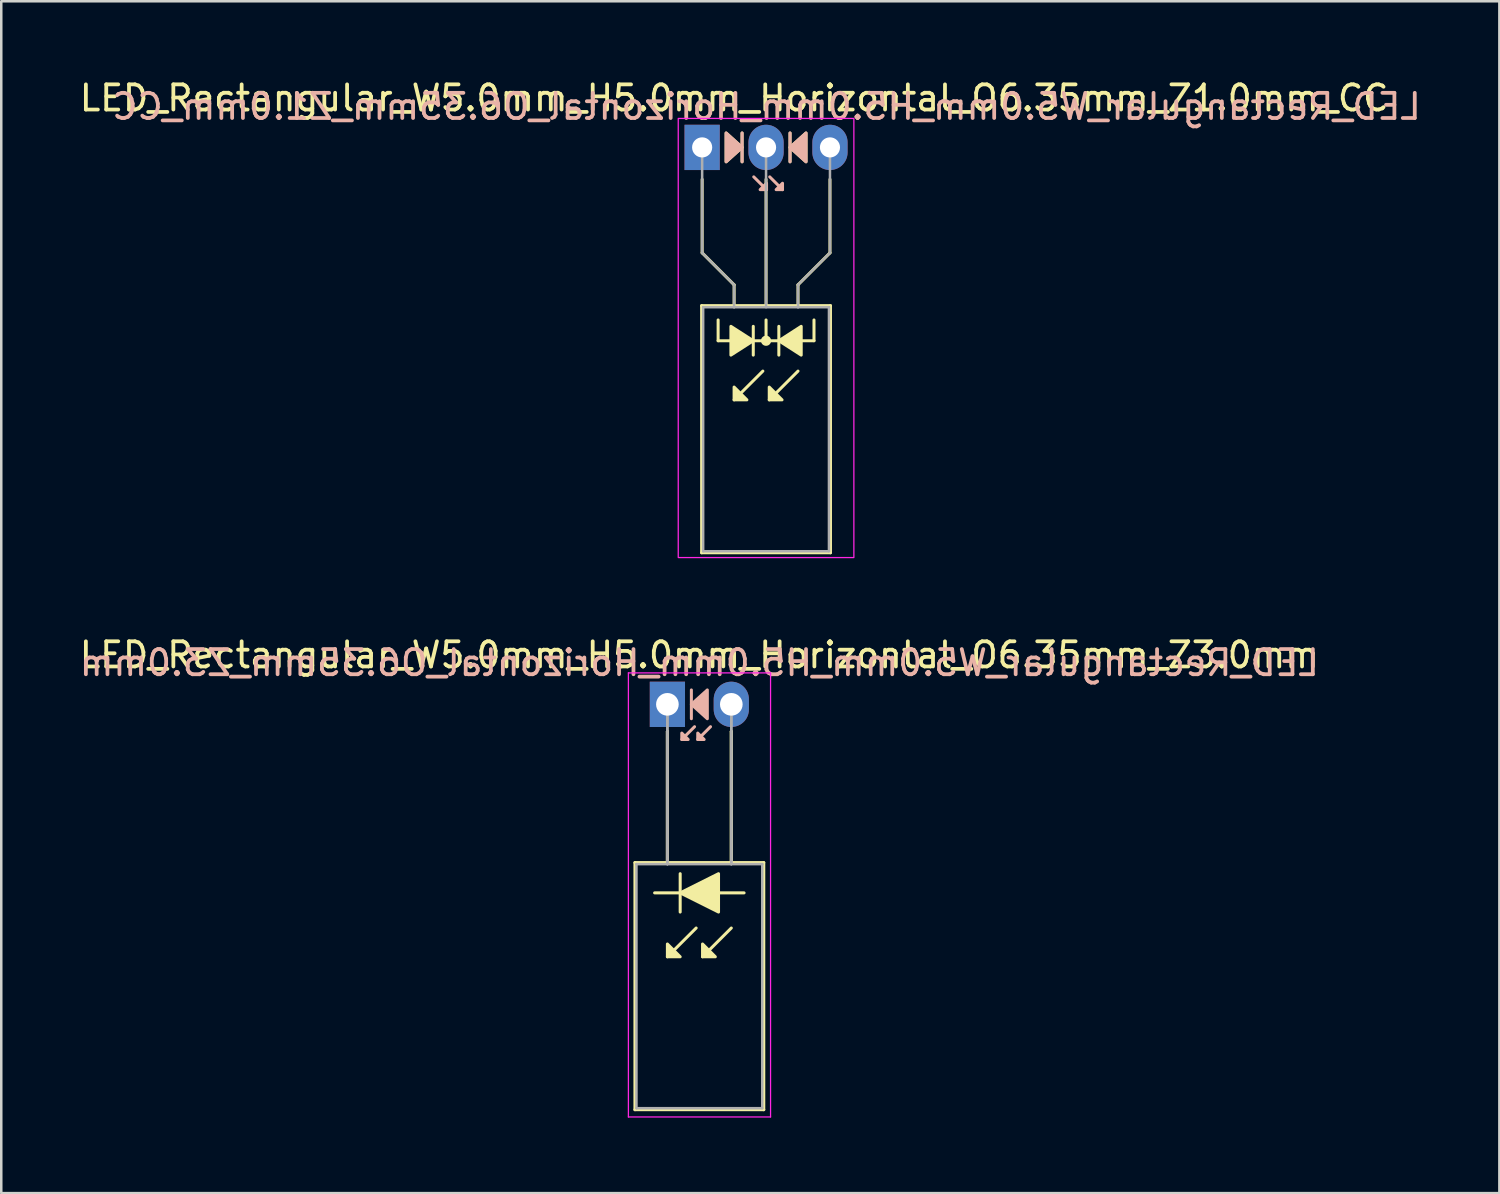
<source format=kicad_pcb>
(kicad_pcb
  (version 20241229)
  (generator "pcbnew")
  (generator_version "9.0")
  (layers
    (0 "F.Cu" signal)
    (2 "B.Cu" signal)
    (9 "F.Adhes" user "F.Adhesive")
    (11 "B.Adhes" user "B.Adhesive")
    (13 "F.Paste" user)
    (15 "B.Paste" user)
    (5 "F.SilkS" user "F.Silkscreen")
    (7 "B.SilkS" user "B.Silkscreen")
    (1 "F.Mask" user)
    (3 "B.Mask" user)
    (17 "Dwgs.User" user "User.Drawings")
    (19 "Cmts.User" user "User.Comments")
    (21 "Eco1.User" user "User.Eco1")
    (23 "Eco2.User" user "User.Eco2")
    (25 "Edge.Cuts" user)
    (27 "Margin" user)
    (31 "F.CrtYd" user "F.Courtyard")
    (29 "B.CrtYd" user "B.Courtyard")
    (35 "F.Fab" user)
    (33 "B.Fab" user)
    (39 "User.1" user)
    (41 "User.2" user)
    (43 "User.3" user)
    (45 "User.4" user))
  (footprint "LED_Rectangular_W5.0mm_H5.0mm_Horizontal_O6.35mm_Z3.0mm"
    (layer "F.Cu")
    (at 23.474 24.942)
    (property "Reference" "LED_Rectangular_W5.0mm_H5.0mm_Horizontal_O6.35mm_Z3.0mm" (at 1.27 -1.96 0) (layer "F.SilkS") (effects (font (size 1 1) (thickness 0.15))))
    (fp_line (start -1.29 6.29) (end -1.29 16.11) (stroke (width 0.12) (type solid)) (layer "F.SilkS"))
    (fp_line (start -1.29 16.11) (end 3.83 16.11) (stroke (width 0.12) (type solid)) (layer "F.SilkS"))
    (fp_line (start 0 1.08) (end 0 1.08) (stroke (width 0.12) (type solid)) (layer "F.SilkS"))
    (fp_line (start 0 1.08) (end 0 6.29) (stroke (width 0.12) (type solid)) (layer "F.SilkS"))
    (fp_line (start 0 6.29) (end 0 1.08) (stroke (width 0.12) (type solid)) (layer "F.SilkS"))
    (fp_line (start 0 6.29) (end 0 6.29) (stroke (width 0.12) (type solid)) (layer "F.SilkS"))
    (fp_line (start 0.508 6.731) (end 0.508 8.255) (stroke (width 0.12) (type solid)) (layer "F.SilkS"))
    (fp_line (start 0.508 7.493) (end -0.508 7.493) (stroke (width 0.12) (type solid)) (layer "F.SilkS"))
    (fp_line (start 1.143 8.89) (end 0 10.033) (stroke (width 0.12) (type solid)) (layer "F.SilkS"))
    (fp_line (start 2.54 1.08) (end 2.54 1.08) (stroke (width 0.12) (type solid)) (layer "F.SilkS"))
    (fp_line (start 2.54 1.08) (end 2.54 6.29) (stroke (width 0.12) (type solid)) (layer "F.SilkS"))
    (fp_line (start 2.54 6.29) (end 2.54 1.08) (stroke (width 0.12) (type solid)) (layer "F.SilkS"))
    (fp_line (start 2.54 6.29) (end 2.54 6.29) (stroke (width 0.12) (type solid)) (layer "F.SilkS"))
    (fp_line (start 2.54 8.89) (end 1.397 10.033) (stroke (width 0.12) (type solid)) (layer "F.SilkS"))
    (fp_line (start 3.048 7.493) (end 2.032 7.493) (stroke (width 0.12) (type solid)) (layer "F.SilkS"))
    (fp_line (start 3.83 6.29) (end -1.29 6.29) (stroke (width 0.12) (type solid)) (layer "F.SilkS"))
    (fp_line (start 3.83 16.11) (end 3.83 6.29) (stroke (width 0.12) (type solid)) (layer "F.SilkS"))
    (fp_poly (pts (xy 0 9.525) (xy 0.508 10.033) (xy 0 10.033)) (stroke (width 0.12) (type solid)) (fill yes) (layer "F.SilkS"))
    (fp_poly (pts (xy 1.397 9.525) (xy 1.905 10.033) (xy 1.397 10.033)) (stroke (width 0.12) (type solid)) (fill yes) (layer "F.SilkS"))
    (fp_poly (pts (xy 2.032 8.255) (xy 0.508 7.493) (xy 2.032 6.731)) (stroke (width 0.12) (type solid)) (fill yes) (layer "F.SilkS"))
    (fp_line (start 0.953 -0.572) (end 0.953 0.572) (stroke (width 0.12) (type solid)) (layer "B.SilkS"))
    (fp_line (start 1.079 0.889) (end 0.572 1.397) (stroke (width 0.12) (type solid)) (layer "B.SilkS"))
    (fp_line (start 1.714 0.889) (end 1.206 1.397) (stroke (width 0.12) (type solid)) (layer "B.SilkS"))
    (fp_poly (pts (xy 0.572 1.143) (xy 0.826 1.397) (xy 0.572 1.397)) (stroke (width 0.12) (type solid)) (fill yes) (layer "B.SilkS"))
    (fp_poly (pts (xy 1.206 1.143) (xy 1.46 1.397) (xy 1.206 1.397)) (stroke (width 0.12) (type solid)) (fill yes) (layer "B.SilkS"))
    (fp_poly (pts (xy 1.587 0.572) (xy 0.953 0) (xy 1.587 -0.572)) (stroke (width 0.12) (type solid)) (fill yes) (layer "B.SilkS"))
    (fp_line (start -1.55 -1.25) (end -1.55 16.4) (stroke (width 0.05) (type solid)) (layer "F.CrtYd"))
    (fp_line (start -1.55 16.4) (end 4.1 16.4) (stroke (width 0.05) (type solid)) (layer "F.CrtYd"))
    (fp_line (start 4.1 -1.25) (end -1.55 -1.25) (stroke (width 0.05) (type solid)) (layer "F.CrtYd"))
    (fp_line (start 4.1 16.4) (end 4.1 -1.25) (stroke (width 0.05) (type solid)) (layer "F.CrtYd"))
    (fp_line (start -1.23 6.35) (end -1.23 16.05) (stroke (width 0.1) (type solid)) (layer "F.Fab"))
    (fp_line (start -1.23 16.05) (end 3.77 16.05) (stroke (width 0.1) (type solid)) (layer "F.Fab"))
    (fp_line (start 0 0) (end 0 0) (stroke (width 0.1) (type solid)) (layer "F.Fab"))
    (fp_line (start 0 0) (end 0 6.35) (stroke (width 0.1) (type solid)) (layer "F.Fab"))
    (fp_line (start 0 6.35) (end 0 0) (stroke (width 0.1) (type solid)) (layer "F.Fab"))
    (fp_line (start 0 6.35) (end 0 6.35) (stroke (width 0.1) (type solid)) (layer "F.Fab"))
    (fp_line (start 2.54 0) (end 2.54 0) (stroke (width 0.1) (type solid)) (layer "F.Fab"))
    (fp_line (start 2.54 0) (end 2.54 6.35) (stroke (width 0.1) (type solid)) (layer "F.Fab"))
    (fp_line (start 2.54 6.35) (end 2.54 0) (stroke (width 0.1) (type solid)) (layer "F.Fab"))
    (fp_line (start 2.54 6.35) (end 2.54 6.35) (stroke (width 0.1) (type solid)) (layer "F.Fab"))
    (fp_line (start 3.77 6.35) (end -1.23 6.35) (stroke (width 0.1) (type solid)) (layer "F.Fab"))
    (fp_line (start 3.77 16.05) (end 3.77 6.35) (stroke (width 0.1) (type solid)) (layer "F.Fab"))
    (fp_text user "${REFERENCE}" (at 1.27 -1.651 0) (layer "B.SilkS") (effects (font (size 1 1) (thickness 0.15)) (justify mirror)))
    (pad "1" thru_hole rect (at 0 0) (size 1.4 1.8) (drill 0.9) (layers "*.Cu" "*.Mask"))
    (pad "2" thru_hole oval (at 2.54 0) (size 1.4 1.8) (drill 0.9) (layers "*.Cu" "*.Mask")))
  (footprint "LED_Rectangular_W5.0mm_H5.0mm_Horizontal_O6.35mm_Z1.0mm_CC"
    (layer "F.Cu")
    (at 24.855 2.808)
    (property "Reference" "LED_Rectangular_W5.0mm_H5.0mm_Horizontal_O6.35mm_Z1.0mm_CC" (at 1.27 -1.96 0) (layer "F.SilkS") (effects (font (size 1 1) (thickness 0.15))))
    (fp_line (start -0.02 6.29) (end -0.02 16.11) (stroke (width 0.12) (type solid)) (layer "F.SilkS"))
    (fp_line (start -0.02 16.11) (end 5.1 16.11) (stroke (width 0.12) (type solid)) (layer "F.SilkS"))
    (fp_line (start 0 1.27) (end 0 4.191) (stroke (width 0.12) (type default)) (layer "F.SilkS"))
    (fp_line (start 0 4.191) (end 1.27 5.461) (stroke (width 0.12) (type default)) (layer "F.SilkS"))
    (fp_line (start 0.635 7.684) (end 0.635 6.858) (stroke (width 0.12) (type default)) (layer "F.SilkS"))
    (fp_line (start 0.635 7.684) (end 4.445 7.684) (stroke (width 0.12) (type default)) (layer "F.SilkS"))
    (fp_line (start 1.27 5.461) (end 1.27 6.29) (stroke (width 0.12) (type default)) (layer "F.SilkS"))
    (fp_line (start 1.27 6.29) (end 1.27 6.29) (stroke (width 0.12) (type solid)) (layer "F.SilkS"))
    (fp_line (start 1.587 0.572) (end 1.587 -0.572) (stroke (width 0.12) (type solid)) (layer "F.SilkS"))
    (fp_line (start 2.032 8.255) (end 2.032 7.112) (stroke (width 0.12) (type solid)) (layer "F.SilkS"))
    (fp_line (start 2.413 8.89) (end 1.27 10.033) (stroke (width 0.12) (type solid)) (layer "F.SilkS"))
    (fp_line (start 2.54 6.29) (end 2.54 1.27) (stroke (width 0.12) (type default)) (layer "F.SilkS"))
    (fp_line (start 2.54 7.684) (end 2.54 6.858) (stroke (width 0.12) (type default)) (layer "F.SilkS"))
    (fp_line (start 3.048 7.112) (end 3.048 8.255) (stroke (width 0.12) (type solid)) (layer "F.SilkS"))
    (fp_line (start 3.493 -0.572) (end 3.493 0.572) (stroke (width 0.12) (type solid)) (layer "F.SilkS"))
    (fp_line (start 3.81 5.461) (end 3.81 6.29) (stroke (width 0.12) (type default)) (layer "F.SilkS"))
    (fp_line (start 3.81 6.29) (end 3.81 6.29) (stroke (width 0.12) (type solid)) (layer "F.SilkS"))
    (fp_line (start 3.81 8.89) (end 2.667 10.033) (stroke (width 0.12) (type solid)) (layer "F.SilkS"))
    (fp_line (start 4.445 7.684) (end 4.445 6.858) (stroke (width 0.12) (type default)) (layer "F.SilkS"))
    (fp_line (start 5.08 1.27) (end 5.08 4.191) (stroke (width 0.12) (type default)) (layer "F.SilkS"))
    (fp_line (start 5.08 4.191) (end 3.81 5.461) (stroke (width 0.12) (type default)) (layer "F.SilkS"))
    (fp_line (start 5.1 6.29) (end -0.02 6.29) (stroke (width 0.12) (type solid)) (layer "F.SilkS"))
    (fp_line (start 5.1 16.11) (end 5.1 6.29) (stroke (width 0.12) (type solid)) (layer "F.SilkS"))
    (fp_circle (center 2.54 7.684) (end 2.682 7.684) (stroke (width 0.12) (type solid)) (fill yes) (layer "F.SilkS"))
    (fp_poly (pts (xy 0.953 -0.572) (xy 1.587 0) (xy 0.953 0.572)) (stroke (width 0.12) (type solid)) (fill yes) (layer "F.SilkS"))
    (fp_poly (pts (xy 1.143 7.112) (xy 2.032 7.684) (xy 1.143 8.255)) (stroke (width 0.12) (type solid)) (fill yes) (layer "F.SilkS"))
    (fp_poly (pts (xy 1.27 9.525) (xy 1.778 10.033) (xy 1.27 10.033)) (stroke (width 0.12) (type solid)) (fill yes) (layer "F.SilkS"))
    (fp_poly (pts (xy 2.667 9.525) (xy 3.175 10.033) (xy 2.667 10.033)) (stroke (width 0.12) (type solid)) (fill yes) (layer "F.SilkS"))
    (fp_poly (pts (xy 3.937 8.255) (xy 3.048 7.684) (xy 3.937 7.112)) (stroke (width 0.12) (type solid)) (fill yes) (layer "F.SilkS"))
    (fp_poly (pts (xy 4.128 0.572) (xy 3.493 0) (xy 4.128 -0.572)) (stroke (width 0.12) (type solid)) (fill yes) (layer "F.SilkS"))
    (fp_line (start 1.587 0.572) (end 1.587 -0.572) (stroke (width 0.12) (type solid)) (layer "B.SilkS"))
    (fp_line (start 2.559 1.679) (end 2.051 1.171) (stroke (width 0.12) (type solid)) (layer "B.SilkS"))
    (fp_line (start 3.194 1.679) (end 2.686 1.171) (stroke (width 0.12) (type solid)) (layer "B.SilkS"))
    (fp_line (start 3.493 -0.572) (end 3.493 0.572) (stroke (width 0.12) (type solid)) (layer "B.SilkS"))
    (fp_poly (pts (xy 0.953 0.572) (xy 1.587 0) (xy 0.953 -0.572)) (stroke (width 0.12) (type solid)) (fill yes) (layer "B.SilkS"))
    (fp_poly (pts (xy 2.559 1.425) (xy 2.305 1.679) (xy 2.559 1.679)) (stroke (width 0.12) (type solid)) (fill yes) (layer "B.SilkS"))
    (fp_poly (pts (xy 3.194 1.425) (xy 2.94 1.679) (xy 3.194 1.679)) (stroke (width 0.12) (type solid)) (fill yes) (layer "B.SilkS"))
    (fp_poly (pts (xy 4.128 0.572) (xy 3.493 0) (xy 4.128 -0.572)) (stroke (width 0.12) (type solid)) (fill yes) (layer "B.SilkS"))
    (fp_rect (start -0.95 -1.15) (end 6.03 16.3) (stroke (width 0.05) (type default)) (fill no) (layer "F.CrtYd"))
    (fp_line (start 0 0) (end 0 0) (stroke (width 0.1) (type solid)) (layer "F.Fab"))
    (fp_line (start 0 4.191) (end 0 0) (stroke (width 0.1) (type default)) (layer "F.Fab"))
    (fp_line (start 0.04 6.35) (end 0.04 16.05) (stroke (width 0.1) (type solid)) (layer "F.Fab"))
    (fp_line (start 0.04 16.05) (end 5.04 16.05) (stroke (width 0.1) (type solid)) (layer "F.Fab"))
    (fp_line (start 1.27 5.461) (end 0 4.191) (stroke (width 0.1) (type default)) (layer "F.Fab"))
    (fp_line (start 1.27 5.461) (end 1.27 6.35) (stroke (width 0.1) (type default)) (layer "F.Fab"))
    (fp_line (start 1.27 6.35) (end 1.27 6.35) (stroke (width 0.1) (type solid)) (layer "F.Fab"))
    (fp_line (start 2.54 0) (end 2.54 0) (stroke (width 0.1) (type solid)) (layer "F.Fab"))
    (fp_line (start 2.54 0) (end 2.54 6.35) (stroke (width 0.1) (type default)) (layer "F.Fab"))
    (fp_line (start 3.81 5.461) (end 3.81 6.35) (stroke (width 0.1) (type default)) (layer "F.Fab"))
    (fp_line (start 3.81 5.461) (end 5.08 4.191) (stroke (width 0.1) (type default)) (layer "F.Fab"))
    (fp_line (start 3.81 6.35) (end 3.81 6.35) (stroke (width 0.1) (type solid)) (layer "F.Fab"))
    (fp_line (start 5.04 6.35) (end 0.04 6.35) (stroke (width 0.1) (type solid)) (layer "F.Fab"))
    (fp_line (start 5.04 16.05) (end 5.04 6.35) (stroke (width 0.1) (type solid)) (layer "F.Fab"))
    (fp_line (start 5.08 4.191) (end 5.08 0) (stroke (width 0.1) (type default)) (layer "F.Fab"))
    (fp_text user "${REFERENCE}" (at 2.559 -1.623 0) (layer "B.SilkS") (effects (font (size 1 1) (thickness 0.15)) (justify mirror)))
    (pad "1" thru_hole rect (at 0 0) (size 1.4 1.8) (drill 0.8) (layers "*.Cu" "*.Mask"))
    (pad "2" thru_hole oval (at 2.54 0) (size 1.4 1.8) (drill 0.8) (layers "*.Cu" "*.Mask"))
    (pad "3" thru_hole oval (at 5.08 0) (size 1.4 1.8) (drill 0.8) (layers "*.Cu" "*.Mask")))
  (gr_rect
    (start -3 -3)
    (end 56.539 44.367)
    (stroke (width 0.1) (type default))
    (fill no)
    (layer "Edge.Cuts")))
</source>
